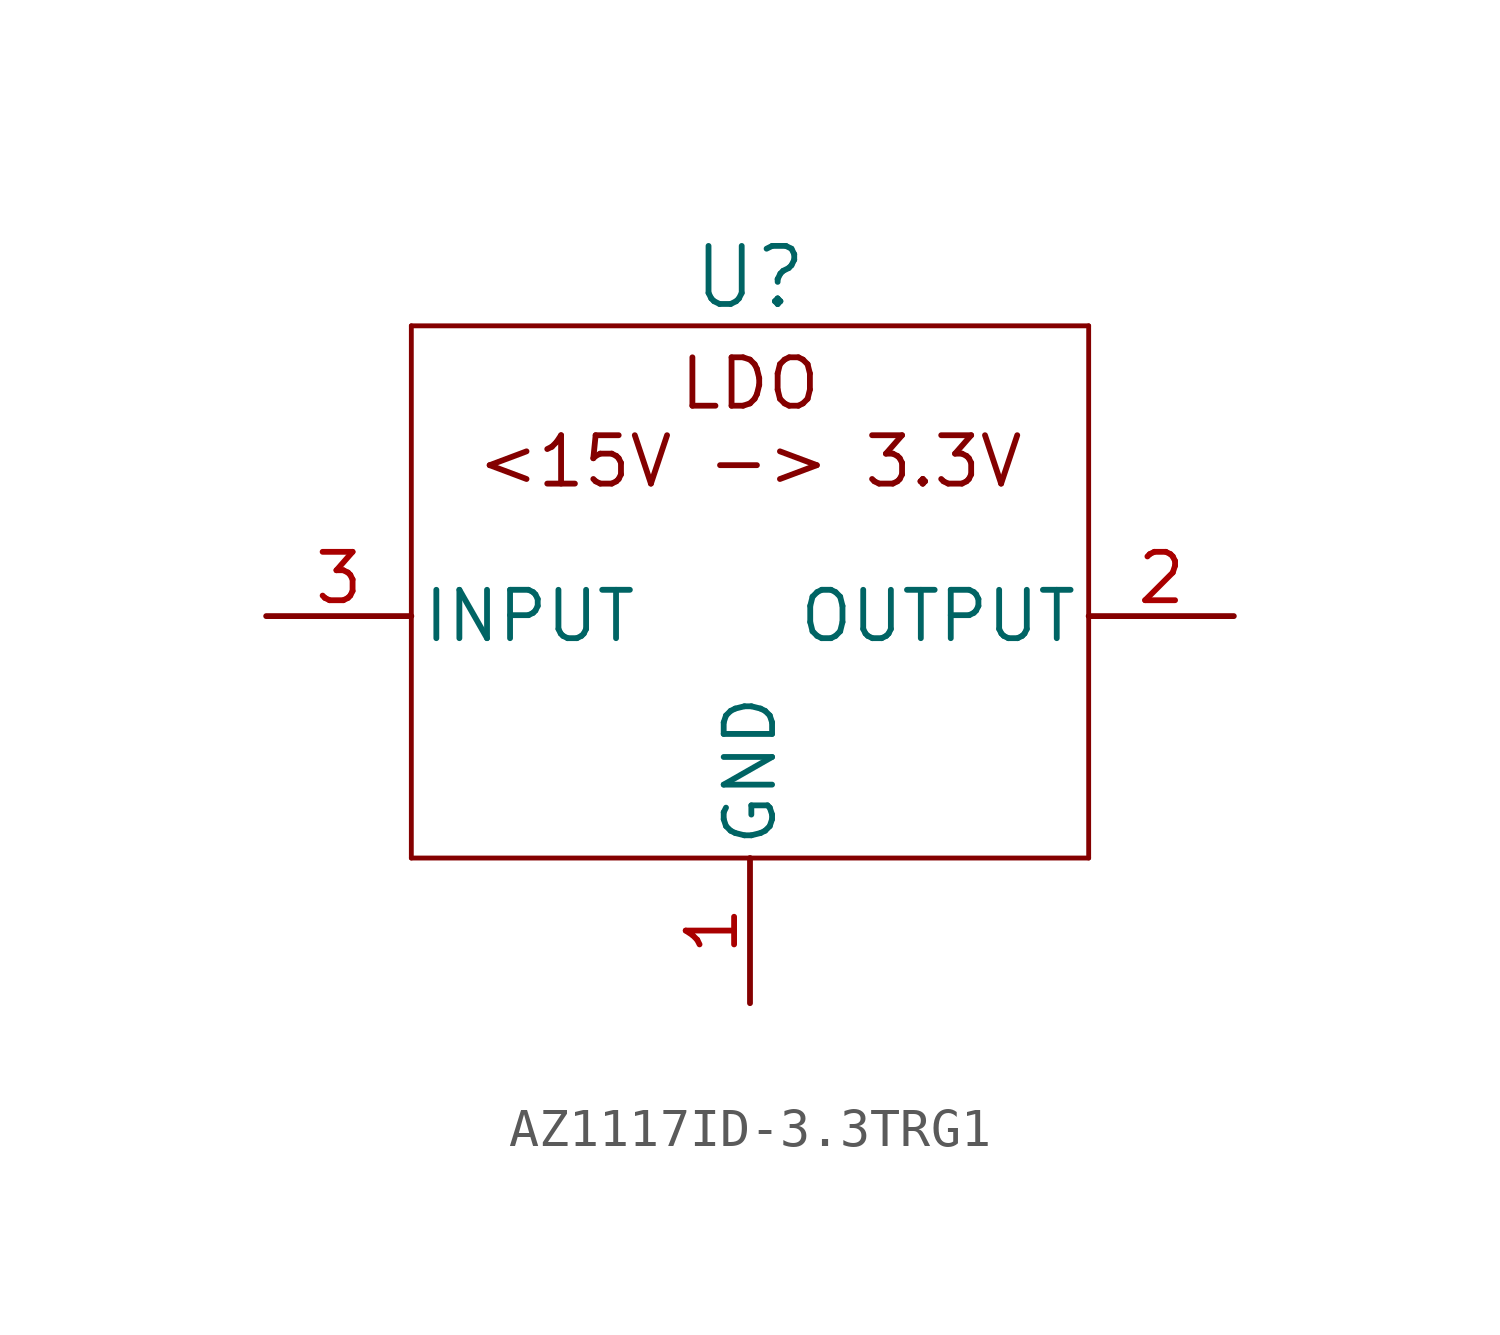
<source format=kicad_sym>
(kicad_symbol_lib
  (version 20231120)
  (generator "kicad_symbol_editor")
  (generator_version "8.0")
  (symbol "AZ1117ID-3.3TRG1"
    (pin_names
      (offset 0.254))
    (property "Reference" "U"
      (at 0 1.27 0)
      (effects (font (size 1.524 1.524))))
    (property "ki_locked" ""
      (at 0 0 0)
      (effects (font (size 1.27 1.27))))
    (symbol "AZ1117ID-3.3TRG1_0_1"
      (polyline (pts (xy -8.89 -13.97) (xy 8.89 -13.97)) (stroke (width 0.127) (type default)) (fill (type none)))
      (polyline (pts (xy -8.89 0) (xy -8.89 -13.97)) (stroke (width 0.127) (type default)) (fill (type none)))
      (polyline (pts (xy 8.89 -13.97) (xy 8.89 0)) (stroke (width 0.127) (type default)) (fill (type none)))
      (polyline (pts (xy 8.89 0) (xy -8.89 0)) (stroke (width 0.127) (type default)) (fill (type none))))
    (symbol "AZ1117ID-3.3TRG1_1_1"
      (text "LDO\n<15V -> 3.3V\n" (at 0 -2.54 0) (effects (font (size 1.27 1.27))))
      (pin power_out line (at 0 -17.78 90) (length 3.81) (name "GND" (effects (font (size 1.27 1.27)))) (number "1" (effects (font (size 1.27 1.27)))))
      (pin output line (at 12.7 -7.62 180) (length 3.81) (name "OUTPUT" (effects (font (size 1.27 1.27)))) (number "2" (effects (font (size 1.27 1.27)))))
      (pin input line (at -12.7 -7.62 0) (length 3.81) (name "INPUT" (effects (font (size 1.27 1.27)))) (number "3" (effects (font (size 1.27 1.27))))))))
</source>
